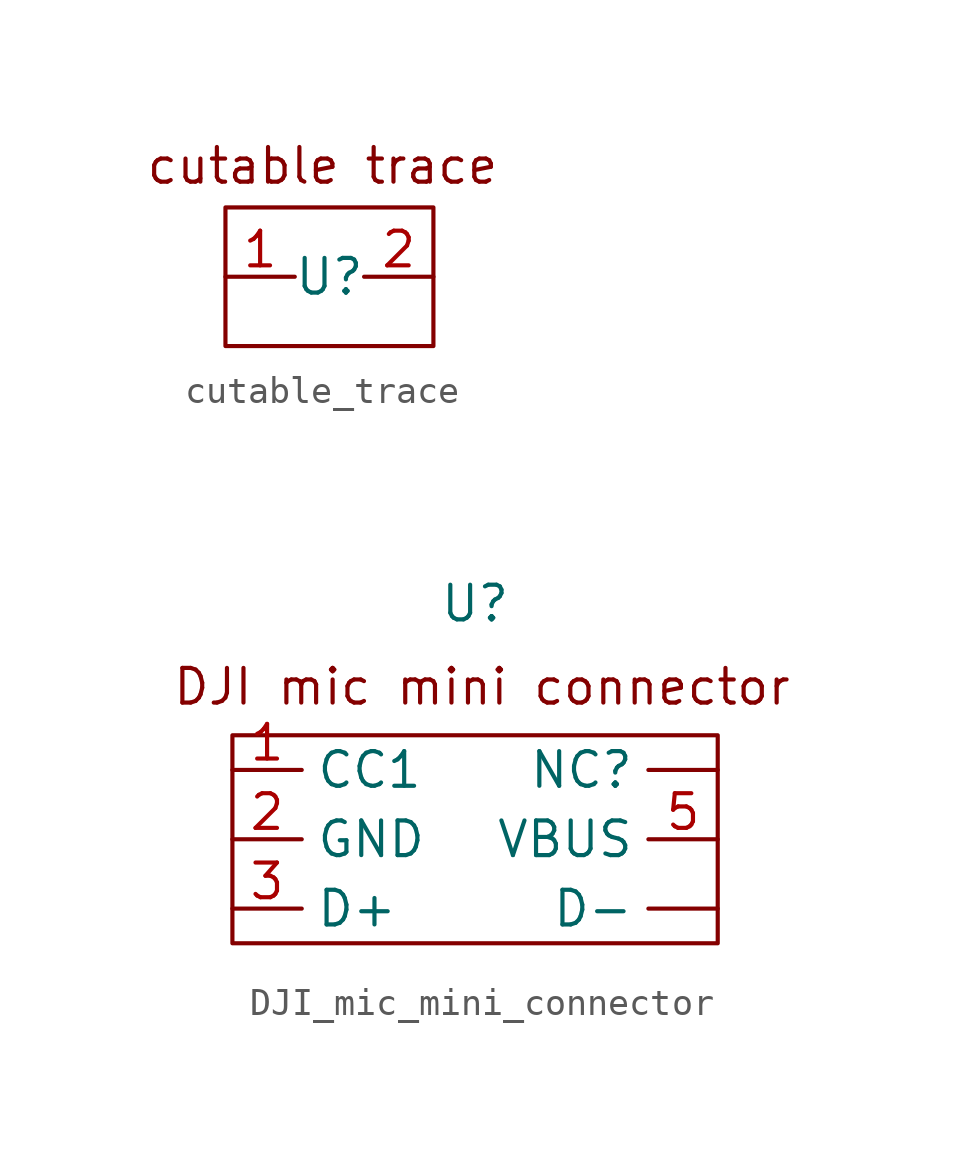
<source format=kicad_sym>
(kicad_symbol_lib
  (version 20241209)
  (generator "kicad_symbol_editor")
  (generator_version "9.0")
  (symbol "cutable_trace"
    (property "Reference" "U"
      (at 0 -5.08 0)
      (effects (font (size 1.27 1.27))))
    (property "Value" ""
      (at 0 0 0)
      (effects (font (size 1.27 1.27))))
    (symbol "cutable_trace_0_1"
      (rectangle (start -3.81 -2.54) (end 3.81 -7.62) (stroke (width 0) (type default)) (fill (type none))))
    (symbol "cutable_trace_1_1"
      (text "cutable trace" (at -0.254 -1.016 0) (effects (font (size 1.27 1.27))))
      (pin bidirectional line (at -3.81 -5.08 0) (length 2.54) (name "" (effects (font (size 1.27 1.27)))) (number "1" (effects (font (size 1.27 1.27)))))
      (pin bidirectional line (at 3.81 -5.08 180) (length 2.54) (name "" (effects (font (size 1.27 1.27)))) (number "2" (effects (font (size 1.27 1.27)))))))
  (symbol "DJI_mic_mini_connector"
    (property "Reference" "U"
      (at 0 8.636 0)
      (effects (font (size 1.27 1.27))))
    (property "Value" ""
      (at 0 0 0)
      (effects (font (size 1.27 1.27))))
    (symbol "DJI_mic_mini_connector_0_1"
      (rectangle (start -8.89 3.81) (end 8.89 -3.81) (stroke (width 0) (type default)) (fill (type none))))
    (symbol "DJI_mic_mini_connector_1_1"
      (text "DJI mic mini connector" (at 0.254 5.588 0) (effects (font (size 1.27 1.27))))
      (pin input line (at -8.89 2.54 0) (length 2.54) (name "CC1" (effects (font (size 1.27 1.27)))) (number "1" (effects (font (size 1.27 1.27)))))
      (pin power_in line (at -8.89 0 0) (length 2.54) (name "GND" (effects (font (size 1.27 1.27)))) (number "2" (effects (font (size 1.27 1.27)))))
      (pin bidirectional line (at -8.89 -2.54 0) (length 2.54) (name "D+" (effects (font (size 1.27 1.27)))) (number "3" (effects (font (size 1.27 1.27)))))
      (pin input line (at 8.89 2.54 180) (length 2.54) (name "NC?" (effects (font (size 1.27 1.27)))) (number "" (effects (font (size 1.27 1.27)))))
      (pin power_in line (at 8.89 0 180) (length 2.54) (name "VBUS" (effects (font (size 1.27 1.27)))) (number "5" (effects (font (size 1.27 1.27)))))
      (pin bidirectional line (at 8.89 -2.54 180) (length 2.54) (name "D-" (effects (font (size 1.27 1.27)))) (number "" (effects (font (size 1.27 1.27))))))))
</source>
